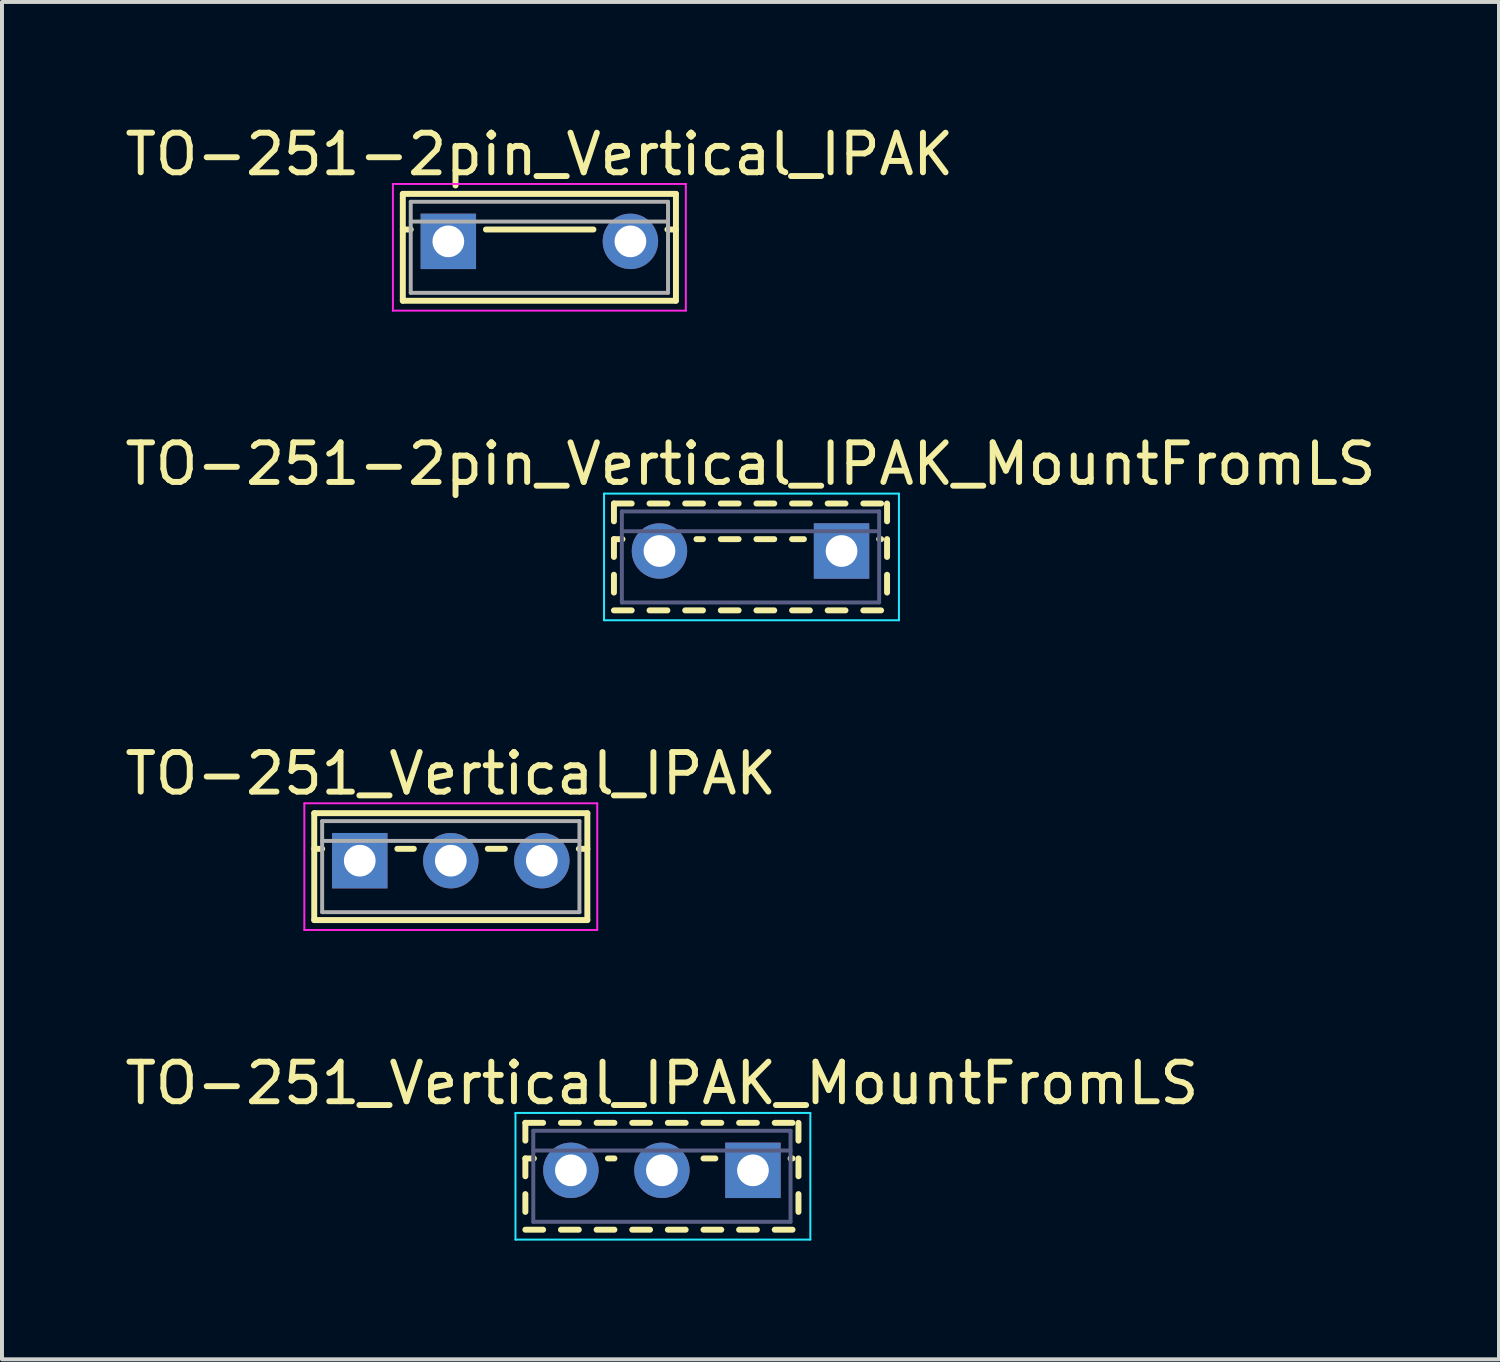
<source format=kicad_pcb>
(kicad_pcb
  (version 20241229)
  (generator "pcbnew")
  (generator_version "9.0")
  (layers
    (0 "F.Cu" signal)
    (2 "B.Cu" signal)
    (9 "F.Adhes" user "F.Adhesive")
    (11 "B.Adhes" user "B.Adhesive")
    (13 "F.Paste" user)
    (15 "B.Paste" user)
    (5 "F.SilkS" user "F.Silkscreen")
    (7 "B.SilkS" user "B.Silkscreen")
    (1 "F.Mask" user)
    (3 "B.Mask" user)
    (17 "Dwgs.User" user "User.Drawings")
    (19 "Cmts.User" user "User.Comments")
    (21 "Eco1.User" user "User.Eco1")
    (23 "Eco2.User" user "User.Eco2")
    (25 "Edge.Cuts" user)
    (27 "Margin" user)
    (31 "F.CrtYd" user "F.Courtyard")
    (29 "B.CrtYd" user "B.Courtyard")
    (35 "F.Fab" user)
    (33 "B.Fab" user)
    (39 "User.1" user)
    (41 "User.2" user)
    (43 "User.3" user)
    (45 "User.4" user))
  (footprint "TO-251-2pin_Vertical_IPAK_MountFromLS"
    (layer "F.Cu")
    (at 18.211 10.871)
    (property "Reference" "TO-251-2pin_Vertical_IPAK_MountFromLS" (at -2.3 -2.2 0) (layer "F.SilkS") (effects (font (size 1 1) (thickness 0.15))))
    (attr through_hole)
    (fp_line (start -5.75 -1.2) (end -5.75 -0.75) (stroke (width 0.15) (type solid)) (layer "F.SilkS"))
    (fp_line (start -5.75 -1.2) (end -5.301 -1.2) (stroke (width 0.15) (type solid)) (layer "F.SilkS"))
    (fp_line (start -5.75 -0.301) (end -5.75 0.15) (stroke (width 0.15) (type solid)) (layer "F.SilkS"))
    (fp_line (start -5.75 -0.3) (end -5.535 -0.3) (stroke (width 0.15) (type solid)) (layer "F.SilkS"))
    (fp_line (start -5.75 0.6) (end -5.75 1.05) (stroke (width 0.15) (type solid)) (layer "F.SilkS"))
    (fp_line (start -5.75 1.5) (end -5.301 1.5) (stroke (width 0.15) (type solid)) (layer "F.SilkS"))
    (fp_line (start -4.851 -1.2) (end -4.4 -1.2) (stroke (width 0.15) (type solid)) (layer "F.SilkS"))
    (fp_line (start -4.851 1.5) (end -4.4 1.5) (stroke (width 0.15) (type solid)) (layer "F.SilkS"))
    (fp_line (start -3.95 -1.2) (end -3.5 -1.2) (stroke (width 0.15) (type solid)) (layer "F.SilkS"))
    (fp_line (start -3.95 1.5) (end -3.5 1.5) (stroke (width 0.15) (type solid)) (layer "F.SilkS"))
    (fp_line (start -3.665 -0.3) (end -3.5 -0.3) (stroke (width 0.15) (type solid)) (layer "F.SilkS"))
    (fp_line (start -3.05 -1.2) (end -2.6 -1.2) (stroke (width 0.15) (type solid)) (layer "F.SilkS"))
    (fp_line (start -3.05 -0.3) (end -2.6 -0.3) (stroke (width 0.15) (type solid)) (layer "F.SilkS"))
    (fp_line (start -3.05 1.5) (end -2.6 1.5) (stroke (width 0.15) (type solid)) (layer "F.SilkS"))
    (fp_line (start -2.15 -1.2) (end -1.7 -1.2) (stroke (width 0.15) (type solid)) (layer "F.SilkS"))
    (fp_line (start -2.15 -0.3) (end -1.7 -0.3) (stroke (width 0.15) (type solid)) (layer "F.SilkS"))
    (fp_line (start -2.15 1.5) (end -1.7 1.5) (stroke (width 0.15) (type solid)) (layer "F.SilkS"))
    (fp_line (start -1.25 -1.2) (end -0.8 -1.2) (stroke (width 0.15) (type solid)) (layer "F.SilkS"))
    (fp_line (start -1.25 -0.3) (end -0.95 -0.3) (stroke (width 0.15) (type solid)) (layer "F.SilkS"))
    (fp_line (start -1.25 1.5) (end -0.8 1.5) (stroke (width 0.15) (type solid)) (layer "F.SilkS"))
    (fp_line (start -0.35 -1.2) (end 0.1 -1.2) (stroke (width 0.15) (type solid)) (layer "F.SilkS"))
    (fp_line (start -0.35 1.5) (end 0.1 1.5) (stroke (width 0.15) (type solid)) (layer "F.SilkS"))
    (fp_line (start 0.55 -1.2) (end 1 -1.2) (stroke (width 0.15) (type solid)) (layer "F.SilkS"))
    (fp_line (start 0.55 1.5) (end 1 1.5) (stroke (width 0.15) (type solid)) (layer "F.SilkS"))
    (fp_line (start 0.95 -0.3) (end 1 -0.3) (stroke (width 0.15) (type solid)) (layer "F.SilkS"))
    (fp_line (start 1.15 -1.2) (end 1.15 -0.75) (stroke (width 0.15) (type solid)) (layer "F.SilkS"))
    (fp_line (start 1.15 -0.301) (end 1.15 0.15) (stroke (width 0.15) (type solid)) (layer "F.SilkS"))
    (fp_line (start 1.15 0.6) (end 1.15 1.05) (stroke (width 0.15) (type solid)) (layer "F.SilkS"))
    (fp_line (start -6 -1.45) (end -6 1.75) (stroke (width 0.05) (type solid)) (layer "B.CrtYd"))
    (fp_line (start -6 1.75) (end 1.45 1.75) (stroke (width 0.05) (type solid)) (layer "B.CrtYd"))
    (fp_line (start 1.45 -1.45) (end -6 -1.45) (stroke (width 0.05) (type solid)) (layer "B.CrtYd"))
    (fp_line (start 1.45 1.75) (end 1.45 -1.45) (stroke (width 0.05) (type solid)) (layer "B.CrtYd"))
    (fp_line (start -5.55 -1) (end -5.55 1.3) (stroke (width 0.1) (type solid)) (layer "B.Fab"))
    (fp_line (start -5.55 -0.5) (end 0.95 -0.5) (stroke (width 0.1) (type solid)) (layer "B.Fab"))
    (fp_line (start -5.55 1.3) (end 0.95 1.3) (stroke (width 0.1) (type solid)) (layer "B.Fab"))
    (fp_line (start 0.95 -1) (end -5.55 -1) (stroke (width 0.1) (type solid)) (layer "B.Fab"))
    (fp_line (start 0.95 1.3) (end 0.95 -1) (stroke (width 0.1) (type solid)) (layer "B.Fab"))
    (pad "1" thru_hole rect (at 0 0) (size 1.4 1.4) (drill 0.8) (layers "*.Cu" "*.Mask"))
    (pad "2" thru_hole oval (at -4.6 0) (size 1.4 1.4) (drill 0.8) (layers "*.Cu" "*.Mask")))
  (footprint "TO-251_Vertical_IPAK_MountFromLS"
    (layer "F.Cu")
    (at 15.973 26.518)
    (property "Reference" "TO-251_Vertical_IPAK_MountFromLS" (at -2.3 -2.2 0) (layer "F.SilkS") (effects (font (size 1 1) (thickness 0.15))))
    (attr through_hole)
    (fp_line (start -5.75 -1.2) (end -5.75 -0.75) (stroke (width 0.15) (type solid)) (layer "F.SilkS"))
    (fp_line (start -5.75 -1.2) (end -5.301 -1.2) (stroke (width 0.15) (type solid)) (layer "F.SilkS"))
    (fp_line (start -5.75 -0.301) (end -5.75 0.15) (stroke (width 0.15) (type solid)) (layer "F.SilkS"))
    (fp_line (start -5.75 -0.3) (end -5.535 -0.3) (stroke (width 0.15) (type solid)) (layer "F.SilkS"))
    (fp_line (start -5.75 0.6) (end -5.75 1.05) (stroke (width 0.15) (type solid)) (layer "F.SilkS"))
    (fp_line (start -5.75 1.5) (end -5.301 1.5) (stroke (width 0.15) (type solid)) (layer "F.SilkS"))
    (fp_line (start -4.851 -1.2) (end -4.4 -1.2) (stroke (width 0.15) (type solid)) (layer "F.SilkS"))
    (fp_line (start -4.851 1.5) (end -4.4 1.5) (stroke (width 0.15) (type solid)) (layer "F.SilkS"))
    (fp_line (start -3.95 -1.2) (end -3.5 -1.2) (stroke (width 0.15) (type solid)) (layer "F.SilkS"))
    (fp_line (start -3.95 1.5) (end -3.5 1.5) (stroke (width 0.15) (type solid)) (layer "F.SilkS"))
    (fp_line (start -3.665 -0.3) (end -3.5 -0.3) (stroke (width 0.15) (type solid)) (layer "F.SilkS"))
    (fp_line (start -3.05 -1.2) (end -2.6 -1.2) (stroke (width 0.15) (type solid)) (layer "F.SilkS"))
    (fp_line (start -3.05 1.5) (end -2.6 1.5) (stroke (width 0.15) (type solid)) (layer "F.SilkS"))
    (fp_line (start -2.15 -1.2) (end -1.7 -1.2) (stroke (width 0.15) (type solid)) (layer "F.SilkS"))
    (fp_line (start -2.15 1.5) (end -1.7 1.5) (stroke (width 0.15) (type solid)) (layer "F.SilkS"))
    (fp_line (start -1.25 -1.2) (end -0.8 -1.2) (stroke (width 0.15) (type solid)) (layer "F.SilkS"))
    (fp_line (start -1.25 -0.3) (end -0.95 -0.3) (stroke (width 0.15) (type solid)) (layer "F.SilkS"))
    (fp_line (start -1.25 1.5) (end -0.8 1.5) (stroke (width 0.15) (type solid)) (layer "F.SilkS"))
    (fp_line (start -0.35 -1.2) (end 0.1 -1.2) (stroke (width 0.15) (type solid)) (layer "F.SilkS"))
    (fp_line (start -0.35 1.5) (end 0.1 1.5) (stroke (width 0.15) (type solid)) (layer "F.SilkS"))
    (fp_line (start 0.55 -1.2) (end 1 -1.2) (stroke (width 0.15) (type solid)) (layer "F.SilkS"))
    (fp_line (start 0.55 1.5) (end 1 1.5) (stroke (width 0.15) (type solid)) (layer "F.SilkS"))
    (fp_line (start 0.95 -0.3) (end 1 -0.3) (stroke (width 0.15) (type solid)) (layer "F.SilkS"))
    (fp_line (start 1.15 -1.2) (end 1.15 -0.75) (stroke (width 0.15) (type solid)) (layer "F.SilkS"))
    (fp_line (start 1.15 -0.301) (end 1.15 0.15) (stroke (width 0.15) (type solid)) (layer "F.SilkS"))
    (fp_line (start 1.15 0.6) (end 1.15 1.05) (stroke (width 0.15) (type solid)) (layer "F.SilkS"))
    (fp_line (start -6 -1.45) (end -6 1.75) (stroke (width 0.05) (type solid)) (layer "B.CrtYd"))
    (fp_line (start -6 1.75) (end 1.45 1.75) (stroke (width 0.05) (type solid)) (layer "B.CrtYd"))
    (fp_line (start 1.45 -1.45) (end -6 -1.45) (stroke (width 0.05) (type solid)) (layer "B.CrtYd"))
    (fp_line (start 1.45 1.75) (end 1.45 -1.45) (stroke (width 0.05) (type solid)) (layer "B.CrtYd"))
    (fp_line (start -5.55 -1) (end -5.55 1.3) (stroke (width 0.1) (type solid)) (layer "B.Fab"))
    (fp_line (start -5.55 -0.5) (end 0.95 -0.5) (stroke (width 0.1) (type solid)) (layer "B.Fab"))
    (fp_line (start -5.55 1.3) (end 0.95 1.3) (stroke (width 0.1) (type solid)) (layer "B.Fab"))
    (fp_line (start 0.95 -1) (end -5.55 -1) (stroke (width 0.1) (type solid)) (layer "B.Fab"))
    (fp_line (start 0.95 1.3) (end 0.95 -1) (stroke (width 0.1) (type solid)) (layer "B.Fab"))
    (pad "1" thru_hole rect (at 0 0) (size 1.4 1.4) (drill 0.8) (layers "*.Cu" "*.Mask"))
    (pad "2" thru_hole oval (at -2.3 0) (size 1.4 1.4) (drill 0.8) (layers "*.Cu" "*.Mask"))
    (pad "3" thru_hole oval (at -4.6 0) (size 1.4 1.4) (drill 0.8) (layers "*.Cu" "*.Mask")))
  (footprint "TO-251-2pin_Vertical_IPAK"
    (layer "F.Cu")
    (at 8.277 3.048)
    (property "Reference" "TO-251-2pin_Vertical_IPAK" (at 2.3 -2.2 0) (layer "F.SilkS") (effects (font (size 1 1) (thickness 0.15))))
    (attr through_hole)
    (fp_line (start -1.15 -1.2) (end -1.15 1.5) (stroke (width 0.15) (type solid)) (layer "F.SilkS"))
    (fp_line (start -1.15 -1.2) (end 5.75 -1.2) (stroke (width 0.15) (type solid)) (layer "F.SilkS"))
    (fp_line (start -1.15 -0.3) (end -0.95 -0.3) (stroke (width 0.15) (type solid)) (layer "F.SilkS"))
    (fp_line (start -1.15 1.5) (end 5.75 1.5) (stroke (width 0.15) (type solid)) (layer "F.SilkS"))
    (fp_line (start 0.95 -0.3) (end 3.666 -0.3) (stroke (width 0.15) (type solid)) (layer "F.SilkS"))
    (fp_line (start 5.535 -0.3) (end 5.75 -0.3) (stroke (width 0.15) (type solid)) (layer "F.SilkS"))
    (fp_line (start 5.75 -1.2) (end 5.75 1.5) (stroke (width 0.15) (type solid)) (layer "F.SilkS"))
    (fp_line (start -1.4 -1.45) (end -1.4 1.75) (stroke (width 0.05) (type solid)) (layer "F.CrtYd"))
    (fp_line (start -1.4 1.75) (end 6 1.75) (stroke (width 0.05) (type solid)) (layer "F.CrtYd"))
    (fp_line (start 6 -1.45) (end -1.4 -1.45) (stroke (width 0.05) (type solid)) (layer "F.CrtYd"))
    (fp_line (start 6 1.75) (end 6 -1.45) (stroke (width 0.05) (type solid)) (layer "F.CrtYd"))
    (fp_line (start -0.95 -1) (end -0.95 1.3) (stroke (width 0.1) (type solid)) (layer "F.Fab"))
    (fp_line (start -0.95 -0.5) (end 5.55 -0.5) (stroke (width 0.1) (type solid)) (layer "F.Fab"))
    (fp_line (start -0.95 1.3) (end 5.55 1.3) (stroke (width 0.1) (type solid)) (layer "F.Fab"))
    (fp_line (start 5.55 -1) (end -0.95 -1) (stroke (width 0.1) (type solid)) (layer "F.Fab"))
    (fp_line (start 5.55 1.3) (end 5.55 -1) (stroke (width 0.1) (type solid)) (layer "F.Fab"))
    (pad "1" thru_hole rect (at 0 0) (size 1.4 1.4) (drill 0.8) (layers "*.Cu" "*.Mask"))
    (pad "2" thru_hole oval (at 4.6 0) (size 1.4 1.4) (drill 0.8) (layers "*.Cu" "*.Mask")))
  (footprint "TO-251_Vertical_IPAK"
    (layer "F.Cu")
    (at 6.039 18.695)
    (property "Reference" "TO-251_Vertical_IPAK" (at 2.3 -2.2 0) (layer "F.SilkS") (effects (font (size 1 1) (thickness 0.15))))
    (attr through_hole)
    (fp_line (start -1.15 -1.2) (end -1.15 1.5) (stroke (width 0.15) (type solid)) (layer "F.SilkS"))
    (fp_line (start -1.15 -1.2) (end 5.75 -1.2) (stroke (width 0.15) (type solid)) (layer "F.SilkS"))
    (fp_line (start -1.15 -0.3) (end -0.95 -0.3) (stroke (width 0.15) (type solid)) (layer "F.SilkS"))
    (fp_line (start -1.15 1.5) (end 5.75 1.5) (stroke (width 0.15) (type solid)) (layer "F.SilkS"))
    (fp_line (start 0.95 -0.3) (end 1.366 -0.3) (stroke (width 0.15) (type solid)) (layer "F.SilkS"))
    (fp_line (start 3.235 -0.3) (end 3.666 -0.3) (stroke (width 0.15) (type solid)) (layer "F.SilkS"))
    (fp_line (start 5.535 -0.3) (end 5.75 -0.3) (stroke (width 0.15) (type solid)) (layer "F.SilkS"))
    (fp_line (start 5.75 -1.2) (end 5.75 1.5) (stroke (width 0.15) (type solid)) (layer "F.SilkS"))
    (fp_line (start -1.4 -1.45) (end -1.4 1.75) (stroke (width 0.05) (type solid)) (layer "F.CrtYd"))
    (fp_line (start -1.4 1.75) (end 6 1.75) (stroke (width 0.05) (type solid)) (layer "F.CrtYd"))
    (fp_line (start 6 -1.45) (end -1.4 -1.45) (stroke (width 0.05) (type solid)) (layer "F.CrtYd"))
    (fp_line (start 6 1.75) (end 6 -1.45) (stroke (width 0.05) (type solid)) (layer "F.CrtYd"))
    (fp_line (start -0.95 -1) (end -0.95 1.3) (stroke (width 0.1) (type solid)) (layer "F.Fab"))
    (fp_line (start -0.95 -0.5) (end 5.55 -0.5) (stroke (width 0.1) (type solid)) (layer "F.Fab"))
    (fp_line (start -0.95 1.3) (end 5.55 1.3) (stroke (width 0.1) (type solid)) (layer "F.Fab"))
    (fp_line (start 5.55 -1) (end -0.95 -1) (stroke (width 0.1) (type solid)) (layer "F.Fab"))
    (fp_line (start 5.55 1.3) (end 5.55 -1) (stroke (width 0.1) (type solid)) (layer "F.Fab"))
    (pad "1" thru_hole rect (at 0 0) (size 1.4 1.4) (drill 0.8) (layers "*.Cu" "*.Mask"))
    (pad "2" thru_hole oval (at 2.3 0) (size 1.4 1.4) (drill 0.8) (layers "*.Cu" "*.Mask"))
    (pad "3" thru_hole oval (at 4.6 0) (size 1.4 1.4) (drill 0.8) (layers "*.Cu" "*.Mask")))
  (gr_rect
    (start -3 -3)
    (end 34.821 31.293)
    (stroke (width 0.1) (type default))
    (fill no)
    (layer "Edge.Cuts")))
</source>
